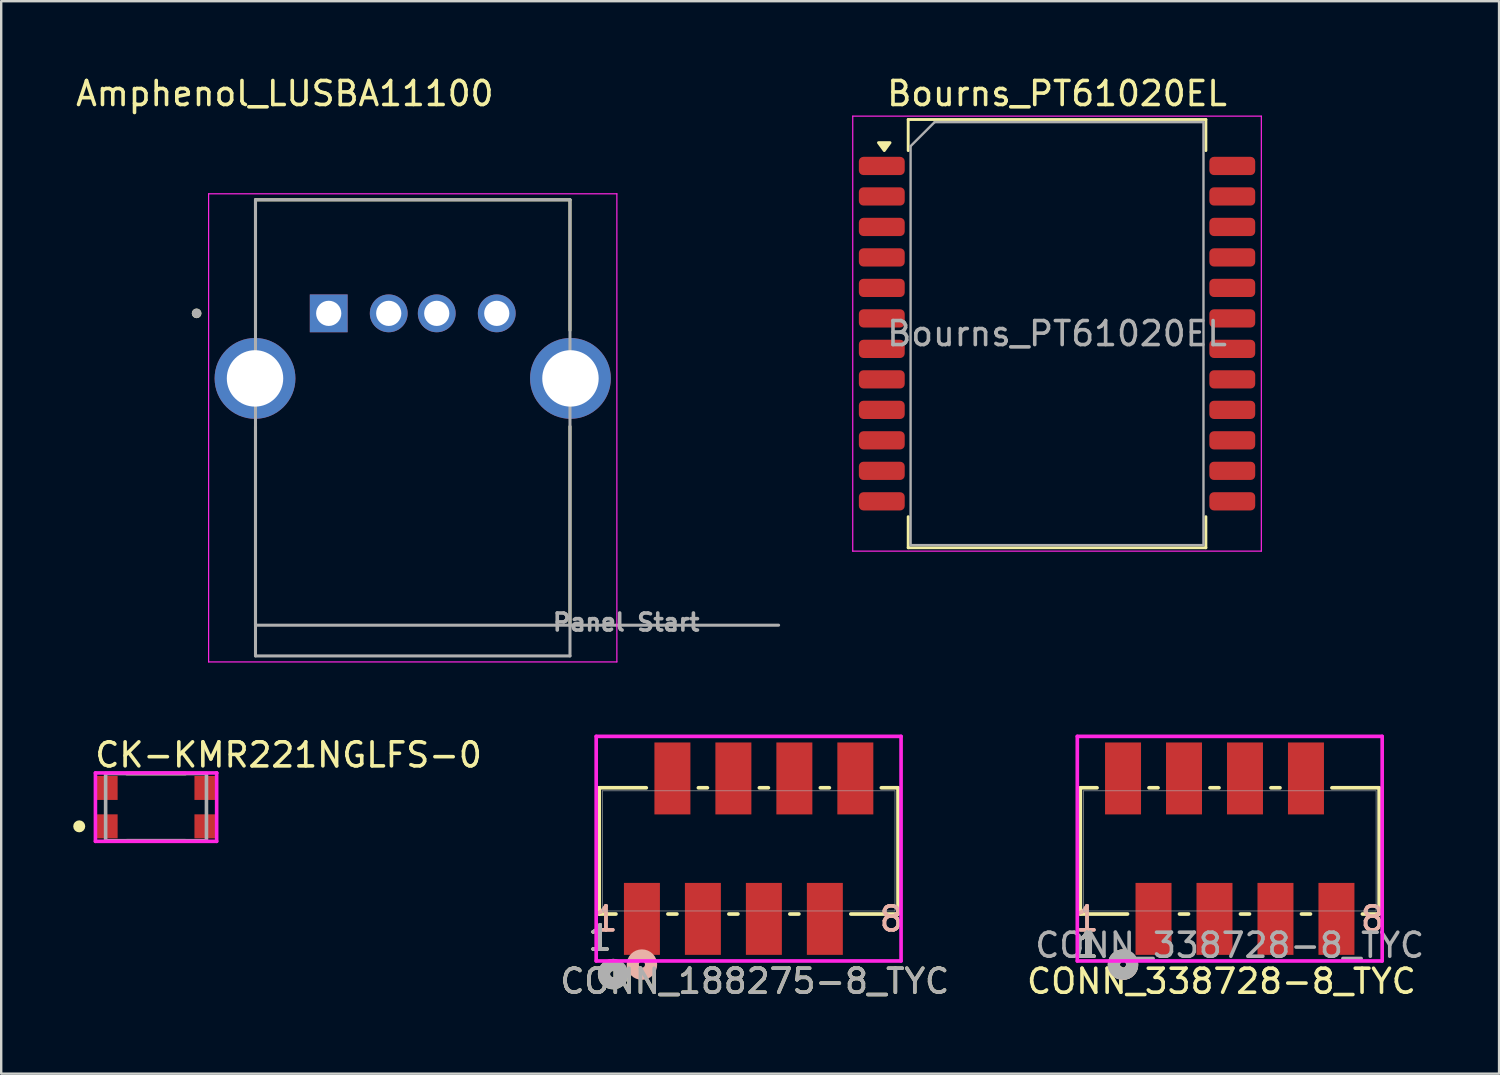
<source format=kicad_pcb>
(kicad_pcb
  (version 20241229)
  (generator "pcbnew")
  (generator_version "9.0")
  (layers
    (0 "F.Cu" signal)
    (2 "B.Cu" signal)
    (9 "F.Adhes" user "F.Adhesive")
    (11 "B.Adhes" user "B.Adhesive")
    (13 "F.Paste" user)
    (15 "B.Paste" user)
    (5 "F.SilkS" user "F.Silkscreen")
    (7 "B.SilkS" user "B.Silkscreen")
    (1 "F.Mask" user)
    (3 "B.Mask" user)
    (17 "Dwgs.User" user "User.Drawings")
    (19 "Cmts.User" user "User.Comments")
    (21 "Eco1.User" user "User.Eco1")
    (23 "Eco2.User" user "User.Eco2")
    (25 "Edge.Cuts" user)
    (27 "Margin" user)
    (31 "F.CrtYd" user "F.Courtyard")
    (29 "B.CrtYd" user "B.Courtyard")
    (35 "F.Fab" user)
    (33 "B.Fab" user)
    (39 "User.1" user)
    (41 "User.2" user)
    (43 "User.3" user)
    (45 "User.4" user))
  (footprint "CONN_338728-8_TYC"
    (layer "F.Cu")
    (at 43.731 35.227)
    (property "Reference" "CONN_338728-8_TYC" (at 4.1 2.6 0) (unlocked yes) (layer "F.SilkS") (effects (font (size 1 1) (thickness 0.15))))
    (attr smd)
    (fp_line (start -1.778 -5.461) (end -1.778 -0.203) (stroke (width 0.152) (type solid)) (layer "F.SilkS"))
    (fp_line (start -1.778 -0.203) (end 0.188 -0.203) (stroke (width 0.152) (type solid)) (layer "F.SilkS"))
    (fp_line (start -1.082 -5.461) (end -1.778 -5.461) (stroke (width 0.152) (type solid)) (layer "F.SilkS"))
    (fp_line (start 1.458 -5.461) (end 1.082 -5.461) (stroke (width 0.152) (type solid)) (layer "F.SilkS"))
    (fp_line (start 2.352 -0.203) (end 2.728 -0.203) (stroke (width 0.152) (type solid)) (layer "F.SilkS"))
    (fp_line (start 3.998 -5.461) (end 3.622 -5.461) (stroke (width 0.152) (type solid)) (layer "F.SilkS"))
    (fp_line (start 4.892 -0.203) (end 5.268 -0.203) (stroke (width 0.152) (type solid)) (layer "F.SilkS"))
    (fp_line (start 6.538 -5.461) (end 6.162 -5.461) (stroke (width 0.152) (type solid)) (layer "F.SilkS"))
    (fp_line (start 7.432 -0.203) (end 7.808 -0.203) (stroke (width 0.152) (type solid)) (layer "F.SilkS"))
    (fp_line (start 9.972 -0.203) (end 10.668 -0.203) (stroke (width 0.152) (type solid)) (layer "F.SilkS"))
    (fp_line (start 10.668 -5.461) (end 8.702 -5.461) (stroke (width 0.152) (type solid)) (layer "F.SilkS"))
    (fp_line (start 10.668 -0.203) (end 10.668 -5.461) (stroke (width 0.152) (type solid)) (layer "F.SilkS"))
    (fp_arc (start 0.372066 1.987025) (mid -0.300348 2.139418) (end 0.0108 1.524153) (stroke (width 0.508) (type solid)) (layer "F.SilkS"))
    (fp_circle (center 0 1.905) (end 0.381 1.905) (stroke (width 0.508) (type solid)) (fill no) (layer "B.SilkS"))
    (fp_line (start -1.905 -7.602) (end -1.905 1.753) (stroke (width 0.152) (type solid)) (layer "F.CrtYd"))
    (fp_line (start -1.905 1.753) (end 10.795 1.753) (stroke (width 0.152) (type solid)) (layer "F.CrtYd"))
    (fp_line (start 10.795 -7.602) (end -1.905 -7.602) (stroke (width 0.152) (type solid)) (layer "F.CrtYd"))
    (fp_line (start 10.795 1.753) (end 10.795 -7.602) (stroke (width 0.152) (type solid)) (layer "F.CrtYd"))
    (fp_line (start -1.651 -5.334) (end -1.651 -0.33) (stroke (width 0.025) (type solid)) (layer "F.Fab"))
    (fp_line (start -1.651 -0.33) (end 10.541 -0.33) (stroke (width 0.025) (type solid)) (layer "F.Fab"))
    (fp_line (start 10.541 -5.334) (end -1.651 -5.334) (stroke (width 0.025) (type solid)) (layer "F.Fab"))
    (fp_line (start 10.541 -0.33) (end 10.541 -5.334) (stroke (width 0.025) (type solid)) (layer "F.Fab"))
    (fp_circle (center 0 1.905) (end 0.381 1.905) (stroke (width 0.508) (type solid)) (fill no) (layer "F.Fab"))
    (fp_text user "1" (at -1.5 1.1 0) (unlocked yes) (layer "F.SilkS") (effects (font (size 1 1) (thickness 0.15))))
    (fp_text user "1" (at -1.5 1.1 0) (unlocked yes) (layer "F.SilkS") (effects (font (size 1 1) (thickness 0.15))))
    (fp_text user "8" (at 10.389 0 0) (unlocked yes) (layer "B.SilkS") (effects (font (size 1 1) (thickness 0.15))))
    (fp_text user "1" (at -1.499 0 0) (unlocked yes) (layer "B.SilkS") (effects (font (size 1 1) (thickness 0.15))))
    (fp_text user "1" (at -1.499 0 0) (unlocked yes) (layer "B.SilkS") (effects (font (size 1 1) (thickness 0.15))))
    (fp_text user "8" (at 10.389 0 0) (unlocked yes) (layer "B.SilkS") (effects (font (size 1 1) (thickness 0.15))))
    (fp_text user "${REFERENCE}" (at 4.444 1.1 0) (unlocked yes) (layer "F.Fab") (effects (font (size 1 1) (thickness 0.15))))
    (fp_text user "1" (at -1.5 1.1 0) (unlocked yes) (layer "F.Fab") (effects (font (size 1 1) (thickness 0.15))))
    (fp_text user "1" (at -1.5 1.1 0) (unlocked yes) (layer "F.Fab") (effects (font (size 1 1) (thickness 0.15))))
    (pad "1" smd rect (at 0 -5.85) (size 1.499 2.997) (layers "F.Cu" "F.Mask" "F.Paste"))
    (pad "2" smd rect (at 1.27 0) (size 1.499 2.997) (layers "F.Cu" "F.Mask" "F.Paste"))
    (pad "3" smd rect (at 2.54 -5.85) (size 1.499 2.997) (layers "F.Cu" "F.Mask" "F.Paste"))
    (pad "4" smd rect (at 3.81 0) (size 1.499 2.997) (layers "F.Cu" "F.Mask" "F.Paste"))
    (pad "5" smd rect (at 5.08 -5.85) (size 1.499 2.997) (layers "F.Cu" "F.Mask" "F.Paste"))
    (pad "6" smd rect (at 6.35 0) (size 1.499 2.997) (layers "F.Cu" "F.Mask" "F.Paste"))
    (pad "7" smd rect (at 7.62 -5.85) (size 1.499 2.997) (layers "F.Cu" "F.Mask" "F.Paste"))
    (pad "8" smd rect (at 8.89 0) (size 1.499 2.997) (layers "F.Cu" "F.Mask" "F.Paste")))
  (footprint "Bourns_PT61020EL"
    (layer "F.Cu")
    (at 40.982 10.848)
    (property "Reference" "Bourns_PT61020EL" (at 0 -10 0) (unlocked yes) (layer "F.SilkS") (effects (font (size 1 1) (thickness 0.15))))
    (attr smd)
    (fp_line (start -6.2 -8.92) (end -6.2 -7.625) (stroke (width 0.12) (type solid)) (layer "F.SilkS"))
    (fp_line (start -6.2 -8.92) (end 6.2 -8.92) (stroke (width 0.12) (type solid)) (layer "F.SilkS"))
    (fp_line (start -6.2 7.625) (end -6.2 8.92) (stroke (width 0.12) (type solid)) (layer "F.SilkS"))
    (fp_line (start -6.2 8.92) (end 6.2 8.92) (stroke (width 0.12) (type solid)) (layer "F.SilkS"))
    (fp_line (start 6.2 -8.92) (end 6.2 -7.625) (stroke (width 0.12) (type solid)) (layer "F.SilkS"))
    (fp_line (start 6.2 7.625) (end 6.2 8.92) (stroke (width 0.12) (type solid)) (layer "F.SilkS"))
    (fp_poly (pts (xy -7.197 -7.625) (xy -7.438 -7.955) (xy -6.957 -7.955) (xy -7.197 -7.625)) (stroke (width 0.12) (type solid)) (fill yes) (layer "F.SilkS"))
    (fp_line (start -8.51 -9.06) (end -8.51 9.06) (stroke (width 0.05) (type solid)) (layer "F.CrtYd"))
    (fp_line (start -8.51 -9.06) (end 8.51 -9.06) (stroke (width 0.05) (type solid)) (layer "F.CrtYd"))
    (fp_line (start -8.51 9.06) (end 8.51 9.06) (stroke (width 0.05) (type solid)) (layer "F.CrtYd"))
    (fp_line (start 8.51 -9.06) (end 8.51 9.06) (stroke (width 0.05) (type solid)) (layer "F.CrtYd"))
    (fp_line (start -6.1 -7.81) (end -6.1 8.81) (stroke (width 0.1) (type solid)) (layer "F.Fab"))
    (fp_line (start -6.1 -7.81) (end -5.1 -8.81) (stroke (width 0.1) (type solid)) (layer "F.Fab"))
    (fp_line (start -6.1 8.81) (end 6.1 8.81) (stroke (width 0.1) (type solid)) (layer "F.Fab"))
    (fp_line (start -5.1 -8.81) (end 6.1 -8.81) (stroke (width 0.1) (type solid)) (layer "F.Fab"))
    (fp_line (start 6.1 -8.81) (end 6.1 8.81) (stroke (width 0.1) (type solid)) (layer "F.Fab"))
    (fp_text user "${REFERENCE}" (at 0 0 0) (unlocked yes) (layer "F.Fab") (effects (font (size 1 1) (thickness 0.15))))
    (pad "1" smd roundrect (at -7.3 -6.985) (size 1.91 0.76) (layers "F.Cu" "F.Mask" "F.Paste") (roundrect_rratio 0.25))
    (pad "2" smd roundrect (at -7.3 -5.715) (size 1.91 0.76) (layers "F.Cu" "F.Mask" "F.Paste") (roundrect_rratio 0.25))
    (pad "3" smd roundrect (at -7.3 -4.445) (size 1.91 0.76) (layers "F.Cu" "F.Mask" "F.Paste") (roundrect_rratio 0.25))
    (pad "4" smd roundrect (at -7.3 -3.175) (size 1.91 0.76) (layers "F.Cu" "F.Mask" "F.Paste") (roundrect_rratio 0.25))
    (pad "5" smd roundrect (at -7.3 -1.905) (size 1.91 0.76) (layers "F.Cu" "F.Mask" "F.Paste") (roundrect_rratio 0.25))
    (pad "6" smd roundrect (at -7.3 -0.635) (size 1.91 0.76) (layers "F.Cu" "F.Mask" "F.Paste") (roundrect_rratio 0.25))
    (pad "7" smd roundrect (at -7.3 0.635) (size 1.91 0.76) (layers "F.Cu" "F.Mask" "F.Paste") (roundrect_rratio 0.25))
    (pad "8" smd roundrect (at -7.3 1.905) (size 1.91 0.76) (layers "F.Cu" "F.Mask" "F.Paste") (roundrect_rratio 0.25))
    (pad "9" smd roundrect (at -7.3 3.175) (size 1.91 0.76) (layers "F.Cu" "F.Mask" "F.Paste") (roundrect_rratio 0.25))
    (pad "10" smd roundrect (at -7.3 4.445) (size 1.91 0.76) (layers "F.Cu" "F.Mask" "F.Paste") (roundrect_rratio 0.25))
    (pad "11" smd roundrect (at -7.3 5.715) (size 1.91 0.76) (layers "F.Cu" "F.Mask" "F.Paste") (roundrect_rratio 0.25))
    (pad "12" smd roundrect (at -7.3 6.985) (size 1.91 0.76) (layers "F.Cu" "F.Mask" "F.Paste") (roundrect_rratio 0.25))
    (pad "13" smd roundrect (at 7.3 6.985) (size 1.91 0.76) (layers "F.Cu" "F.Mask" "F.Paste") (roundrect_rratio 0.25))
    (pad "14" smd roundrect (at 7.3 5.715) (size 1.91 0.76) (layers "F.Cu" "F.Mask" "F.Paste") (roundrect_rratio 0.25))
    (pad "15" smd roundrect (at 7.3 4.445) (size 1.91 0.76) (layers "F.Cu" "F.Mask" "F.Paste") (roundrect_rratio 0.25))
    (pad "16" smd roundrect (at 7.3 3.175) (size 1.91 0.76) (layers "F.Cu" "F.Mask" "F.Paste") (roundrect_rratio 0.25))
    (pad "17" smd roundrect (at 7.3 1.905) (size 1.91 0.76) (layers "F.Cu" "F.Mask" "F.Paste") (roundrect_rratio 0.25))
    (pad "18" smd roundrect (at 7.3 0.635) (size 1.91 0.76) (layers "F.Cu" "F.Mask" "F.Paste") (roundrect_rratio 0.25))
    (pad "19" smd roundrect (at 7.3 -0.635) (size 1.91 0.76) (layers "F.Cu" "F.Mask" "F.Paste") (roundrect_rratio 0.25))
    (pad "20" smd roundrect (at 7.3 -1.905) (size 1.91 0.76) (layers "F.Cu" "F.Mask" "F.Paste") (roundrect_rratio 0.25))
    (pad "21" smd roundrect (at 7.3 -3.175) (size 1.91 0.76) (layers "F.Cu" "F.Mask" "F.Paste") (roundrect_rratio 0.25))
    (pad "22" smd roundrect (at 7.3 -4.445) (size 1.91 0.76) (layers "F.Cu" "F.Mask" "F.Paste") (roundrect_rratio 0.25))
    (pad "23" smd roundrect (at 7.3 -5.715) (size 1.91 0.76) (layers "F.Cu" "F.Mask" "F.Paste") (roundrect_rratio 0.25))
    (pad "24" smd roundrect (at 7.3 -6.985) (size 1.91 0.76) (layers "F.Cu" "F.Mask" "F.Paste") (roundrect_rratio 0.25)))
  (footprint "Amphenol_LUSBA11100"
    (layer "F.Cu")
    (at 14.143 12.713)
    (property "Reference" "Amphenol_LUSBA11100" (at -5.328 -11.865 0) (layer "F.SilkS") (effects (font (size 1 1) (thickness 0.15))))
    (attr through_hole)
    (fp_line (start -6.55 -7.44) (end -6.55 -2.003) (stroke (width 0.127) (type solid)) (layer "F.SilkS"))
    (fp_line (start -6.55 10.28) (end -6.55 2.003) (stroke (width 0.127) (type solid)) (layer "F.SilkS"))
    (fp_line (start 6.55 -7.44) (end -6.55 -7.44) (stroke (width 0.127) (type solid)) (layer "F.SilkS"))
    (fp_line (start 6.55 -2.003) (end 6.55 -7.44) (stroke (width 0.127) (type solid)) (layer "F.SilkS"))
    (fp_line (start 6.55 10.28) (end 6.55 2.003) (stroke (width 0.127) (type solid)) (layer "F.SilkS"))
    (fp_circle (center -9.003 -2.71) (end -8.903 -2.71) (stroke (width 0.2) (type solid)) (fill no) (layer "F.SilkS"))
    (fp_line (start -8.503 -7.69) (end -8.503 11.81) (stroke (width 0.05) (type solid)) (layer "F.CrtYd"))
    (fp_line (start -8.503 11.81) (end 8.503 11.81) (stroke (width 0.05) (type solid)) (layer "F.CrtYd"))
    (fp_line (start 8.503 -7.69) (end -8.503 -7.69) (stroke (width 0.05) (type solid)) (layer "F.CrtYd"))
    (fp_line (start 8.503 11.81) (end 8.503 -7.69) (stroke (width 0.05) (type solid)) (layer "F.CrtYd"))
    (fp_line (start -6.55 -7.44) (end -6.55 10.28) (stroke (width 0.127) (type solid)) (layer "F.Fab"))
    (fp_line (start -6.55 10.28) (end -6.55 11.56) (stroke (width 0.127) (type solid)) (layer "F.Fab"))
    (fp_line (start -6.55 10.28) (end 6.55 10.28) (stroke (width 0.127) (type solid)) (layer "F.Fab"))
    (fp_line (start -6.55 11.56) (end 6.55 11.56) (stroke (width 0.127) (type solid)) (layer "F.Fab"))
    (fp_line (start 6.55 -7.44) (end -6.55 -7.44) (stroke (width 0.127) (type solid)) (layer "F.Fab"))
    (fp_line (start 6.55 10.28) (end 6.55 -7.44) (stroke (width 0.127) (type solid)) (layer "F.Fab"))
    (fp_line (start 6.55 10.28) (end 15.24 10.28) (stroke (width 0.127) (type solid)) (layer "F.Fab"))
    (fp_line (start 6.55 11.56) (end 6.55 10.28) (stroke (width 0.127) (type solid)) (layer "F.Fab"))
    (fp_circle (center -9.003 -2.71) (end -8.903 -2.71) (stroke (width 0.2) (type solid)) (fill no) (layer "F.Fab"))
    (fp_text user "Panel Start" (at 8.89 10.16 0) (layer "F.Fab") (effects (font (size 0.709 0.709) (thickness 0.15))))
    (pad "1" thru_hole rect (at -3.5 -2.71) (size 1.575 1.575) (drill 1.05) (layers "*.Cu" "*.Mask"))
    (pad "2" thru_hole circle (at -1 -2.71) (size 1.575 1.575) (drill 1.05) (layers "*.Cu" "*.Mask"))
    (pad "3" thru_hole circle (at 1 -2.71) (size 1.575 1.575) (drill 1.05) (layers "*.Cu" "*.Mask"))
    (pad "4" thru_hole circle (at 3.5 -2.71) (size 1.575 1.575) (drill 1.05) (layers "*.Cu" "*.Mask"))
    (pad "5" thru_hole circle (at -6.57 0) (size 3.366 3.366) (drill 2.35) (layers "*.Cu" "*.Mask"))
    (pad "5" thru_hole circle (at 6.57 0) (size 3.366 3.366) (drill 2.35) (layers "*.Cu" "*.Mask")))
  (footprint "CONN_188275-8_TYC"
    (layer "F.Cu")
    (at 23.69 35.227)
    (property "Reference" "CONN_188275-8_TYC" (at 4.7 2.6 0) (unlocked yes) (layer "F.SilkS") (effects (font (size 1 1) (thickness 0.15))))
    (attr smd)
    (fp_line (start -1.778 -5.461) (end -1.778 -0.203) (stroke (width 0.152) (type solid)) (layer "F.SilkS"))
    (fp_line (start -1.778 -0.203) (end -1.082 -0.203) (stroke (width 0.152) (type solid)) (layer "F.SilkS"))
    (fp_line (start 0.182 -5.461) (end -1.778 -5.461) (stroke (width 0.152) (type solid)) (layer "F.SilkS"))
    (fp_line (start 1.082 -0.203) (end 1.458 -0.203) (stroke (width 0.152) (type solid)) (layer "F.SilkS"))
    (fp_line (start 2.728 -5.461) (end 2.352 -5.461) (stroke (width 0.152) (type solid)) (layer "F.SilkS"))
    (fp_line (start 3.622 -0.203) (end 3.998 -0.203) (stroke (width 0.152) (type solid)) (layer "F.SilkS"))
    (fp_line (start 5.268 -5.461) (end 4.892 -5.461) (stroke (width 0.152) (type solid)) (layer "F.SilkS"))
    (fp_line (start 6.162 -0.203) (end 6.538 -0.203) (stroke (width 0.152) (type solid)) (layer "F.SilkS"))
    (fp_line (start 7.808 -5.461) (end 7.432 -5.461) (stroke (width 0.152) (type solid)) (layer "F.SilkS"))
    (fp_line (start 8.702 -0.203) (end 10.668 -0.203) (stroke (width 0.152) (type solid)) (layer "F.SilkS"))
    (fp_line (start 10.668 -5.461) (end 9.972 -5.461) (stroke (width 0.152) (type solid)) (layer "F.SilkS"))
    (fp_line (start 10.668 -0.203) (end 10.668 -5.461) (stroke (width 0.152) (type solid)) (layer "F.SilkS"))
    (fp_arc (start -0.827934 2.382025) (mid -1.500349 2.534418) (end -1.1892 1.919153) (stroke (width 0.508) (type solid)) (layer "F.SilkS"))
    (fp_circle (center 0 1.905) (end 0.381 1.905) (stroke (width 0.508) (type solid)) (fill no) (layer "B.SilkS"))
    (fp_line (start -1.905 -7.602) (end -1.905 1.753) (stroke (width 0.152) (type solid)) (layer "F.CrtYd"))
    (fp_line (start -1.905 1.753) (end 10.795 1.753) (stroke (width 0.152) (type solid)) (layer "F.CrtYd"))
    (fp_line (start 10.795 -7.602) (end -1.905 -7.602) (stroke (width 0.152) (type solid)) (layer "F.CrtYd"))
    (fp_line (start 10.795 1.753) (end 10.795 -7.602) (stroke (width 0.152) (type solid)) (layer "F.CrtYd"))
    (fp_line (start -1.651 -5.334) (end -1.651 -0.33) (stroke (width 0.025) (type solid)) (layer "F.Fab"))
    (fp_line (start -1.651 -0.33) (end 10.541 -0.33) (stroke (width 0.025) (type solid)) (layer "F.Fab"))
    (fp_line (start 10.541 -5.334) (end -1.651 -5.334) (stroke (width 0.025) (type solid)) (layer "F.Fab"))
    (fp_line (start 10.541 -0.33) (end 10.541 -5.334) (stroke (width 0.025) (type solid)) (layer "F.Fab"))
    (fp_circle (center -1.2 2.3) (end -0.819 2.3) (stroke (width 0.508) (type solid)) (fill no) (layer "F.Fab"))
    (fp_text user "1" (at -1.744 0.8 0) (unlocked yes) (layer "F.SilkS") (effects (font (size 1 1) (thickness 0.15))))
    (fp_text user "1" (at -1.744 0.8 0) (unlocked yes) (layer "F.SilkS") (effects (font (size 1 1) (thickness 0.15))))
    (fp_text user "8" (at 10.389 0 0) (unlocked yes) (layer "B.SilkS") (effects (font (size 1 1) (thickness 0.15))))
    (fp_text user "1" (at -1.499 0 0) (unlocked yes) (layer "B.SilkS") (effects (font (size 1 1) (thickness 0.15))))
    (fp_text user "8" (at 10.389 0 0) (unlocked yes) (layer "B.SilkS") (effects (font (size 1 1) (thickness 0.15))))
    (fp_text user "1" (at -1.499 0 0) (unlocked yes) (layer "B.SilkS") (effects (font (size 1 1) (thickness 0.15))))
    (fp_text user "1" (at -1.744 0.8 0) (unlocked yes) (layer "F.Fab") (effects (font (size 1 1) (thickness 0.15))))
    (fp_text user "${REFERENCE}" (at 4.7 2.6 0) (unlocked yes) (layer "F.Fab") (effects (font (size 1 1) (thickness 0.15))))
    (fp_text user "1" (at -1.744 0.8 0) (unlocked yes) (layer "F.Fab") (effects (font (size 1 1) (thickness 0.15))))
    (pad "1" smd rect (at 0 0) (size 1.499 2.997) (layers "F.Cu" "F.Mask" "F.Paste"))
    (pad "2" smd rect (at 1.27 -5.85) (size 1.499 2.997) (layers "F.Cu" "F.Mask" "F.Paste"))
    (pad "3" smd rect (at 2.54 0) (size 1.499 2.997) (layers "F.Cu" "F.Mask" "F.Paste"))
    (pad "4" smd rect (at 3.81 -5.85) (size 1.499 2.997) (layers "F.Cu" "F.Mask" "F.Paste"))
    (pad "5" smd rect (at 5.08 0) (size 1.499 2.997) (layers "F.Cu" "F.Mask" "F.Paste"))
    (pad "6" smd rect (at 6.35 -5.85) (size 1.499 2.997) (layers "F.Cu" "F.Mask" "F.Paste"))
    (pad "7" smd rect (at 7.62 0) (size 1.499 2.997) (layers "F.Cu" "F.Mask" "F.Paste"))
    (pad "8" smd rect (at 8.89 -5.85) (size 1.499 2.997) (layers "F.Cu" "F.Mask" "F.Paste")))
  (footprint "CK-KMR221NGLFS-0"
    (layer "F.Cu")
    (at 3.45 30.572)
    (property "Reference" "CK-KMR221NGLFS-0" (at -2.625 -2.175 0) (layer "F.SilkS") (effects (font (size 1 1) (thickness 0.15)) (justify left)))
    (attr through_hole)
    (fp_line (start -1.225 -1.4) (end 1.225 -1.4) (stroke (width 0.15) (type solid)) (layer "F.SilkS"))
    (fp_line (start -1.225 1.4) (end 1.225 1.4) (stroke (width 0.15) (type solid)) (layer "F.SilkS"))
    (fp_circle (center -3.2 0.8) (end -3.075 0.8) (stroke (width 0.25) (type solid)) (fill no) (layer "F.SilkS"))
    (fp_line (start -2.525 -1.425) (end -2.525 1.425) (stroke (width 0.15) (type solid)) (layer "F.CrtYd"))
    (fp_line (start -2.525 1.425) (end 2.525 1.425) (stroke (width 0.15) (type solid)) (layer "F.CrtYd"))
    (fp_line (start 2.525 -1.425) (end -2.525 -1.425) (stroke (width 0.15) (type solid)) (layer "F.CrtYd"))
    (fp_line (start 2.525 -1.425) (end 2.525 -1.425) (stroke (width 0.15) (type solid)) (layer "F.CrtYd"))
    (fp_line (start 2.525 1.425) (end 2.525 -1.425) (stroke (width 0.15) (type solid)) (layer "F.CrtYd"))
    (fp_line (start -2.1 -1.4) (end 2.1 -1.4) (stroke (width 0.15) (type solid)) (layer "F.Fab"))
    (fp_line (start -2.1 1.4) (end -2.1 -1.4) (stroke (width 0.15) (type solid)) (layer "F.Fab"))
    (fp_line (start 2.1 -1.4) (end 2.1 1.4) (stroke (width 0.15) (type solid)) (layer "F.Fab"))
    (fp_line (start 2.1 1.4) (end -2.1 1.4) (stroke (width 0.15) (type solid)) (layer "F.Fab"))
    (pad "1" smd rect (at -2.05 0.8) (size 0.9 1) (layers "F.Cu" "F.Mask" "F.Paste"))
    (pad "2" smd rect (at -2.05 -0.8) (size 0.9 1) (layers "F.Cu" "F.Mask" "F.Paste"))
    (pad "3" smd rect (at 2.05 -0.8) (size 0.9 1) (layers "F.Cu" "F.Mask" "F.Paste"))
    (pad "4" smd rect (at 2.05 0.8) (size 0.9 1) (layers "F.Cu" "F.Mask" "F.Paste")))
  (gr_rect
    (start -3 -3)
    (end 59.395 41.675)
    (stroke (width 0.1) (type default))
    (fill no)
    (layer "Edge.Cuts")))
</source>
